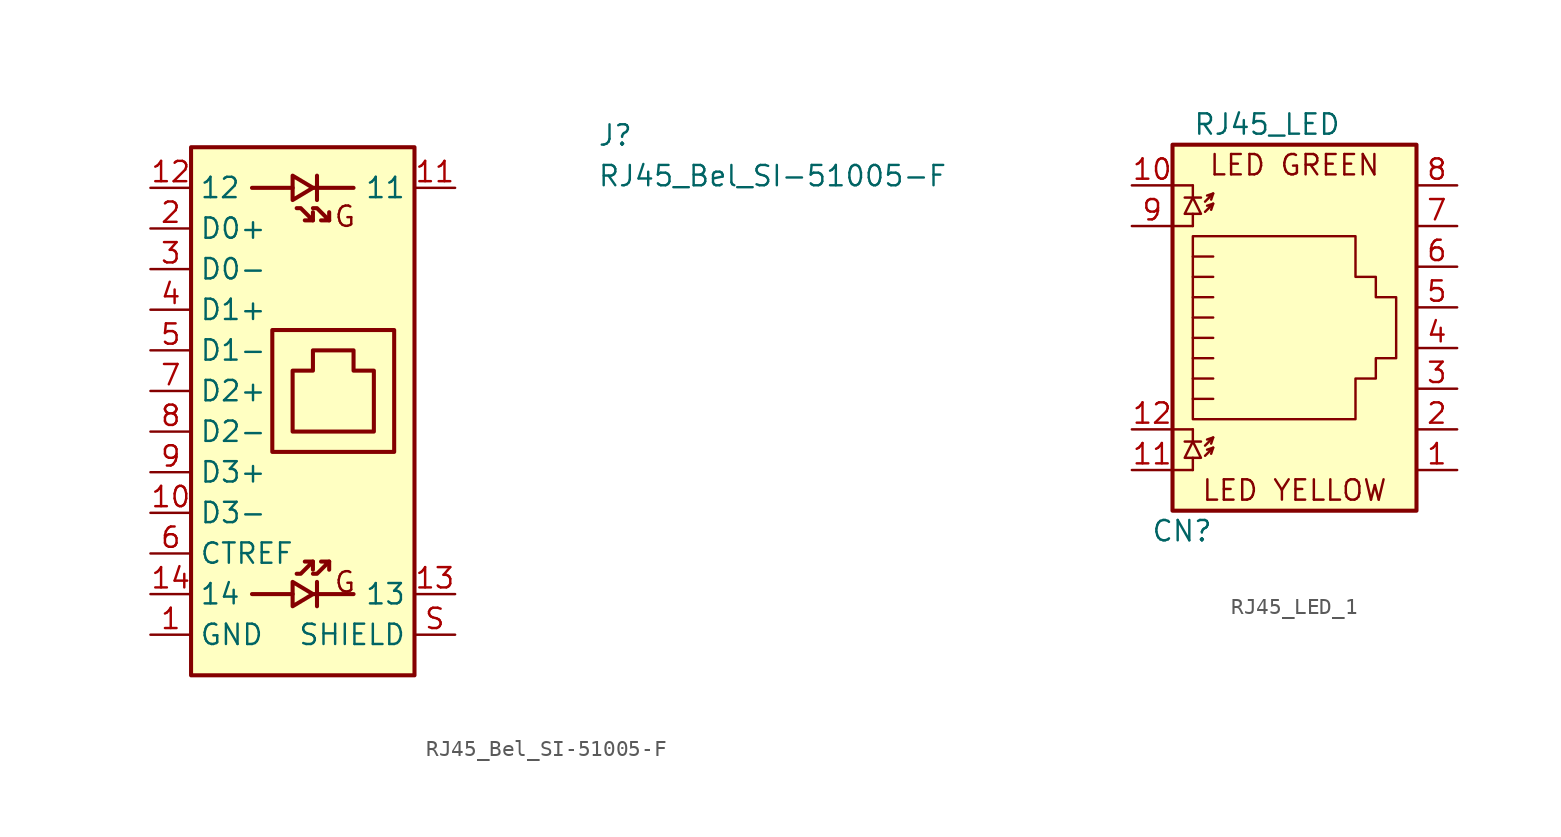
<source format=kicad_sym>
(kicad_symbol_lib
  (version 20231120)
  (generator "kicad_symbol_editor")
  (generator_version "8.0")
  (symbol "RJ45_Bel_SI-51005-F"
    (property "Reference" "J"
      (at 27.94 2.54 0)
      (effects (font (size 1.27 1.27) (thickness 0.15)) (justify left bottom)))
    (property "Value" "RJ45_Bel_SI-51005-F"
      (at 27.94 0 0)
      (effects (font (size 1.27 1.27) (thickness 0.15)) (justify left bottom)))
    (symbol "RJ45_Bel_SI-51005-F_0_1"
      (polyline (pts (xy 8.89 -25.4) (xy 6.35 -25.4)) (stroke (width 0.254) (type default)) (fill (type none)))
      (polyline (pts (xy 8.89 0) (xy 6.35 0)) (stroke (width 0.254) (type default)) (fill (type none)))
      (polyline (pts (xy 10.16 -25.4) (xy 12.7 -25.4)) (stroke (width 0.254) (type default)) (fill (type none)))
      (polyline (pts (xy 10.16 0) (xy 12.7 0)) (stroke (width 0.254) (type default)) (fill (type none))))
    (symbol "RJ45_Bel_SI-51005-F_1_1"
      (polyline (pts (xy 10.16 -23.368) (xy 10.16 -23.876)) (stroke (width 0.254) (type default)) (fill (type background)))
      (polyline (pts (xy 10.16 -2.032) (xy 10.16 -1.524)) (stroke (width 0.254) (type default)) (fill (type background)))
      (polyline (pts (xy 10.414 -24.638) (xy 10.414 -26.162)) (stroke (width 0.254) (type default)) (fill (type background)))
      (polyline (pts (xy 10.414 -0.762) (xy 10.414 0.762)) (stroke (width 0.254) (type default)) (fill (type background)))
      (polyline (pts (xy 11.176 -23.368) (xy 11.176 -23.876)) (stroke (width 0.254) (type default)) (fill (type background)))
      (polyline (pts (xy 11.176 -2.032) (xy 11.176 -1.524)) (stroke (width 0.254) (type default)) (fill (type background)))
      (polyline (pts (xy 9.144 -24.13) (xy 9.398 -24.13) (xy 10.16 -23.368) (xy 9.652 -23.368)) (stroke (width 0.254) (type default)) (fill (type background)))
      (polyline (pts (xy 9.144 -1.27) (xy 9.398 -1.27) (xy 10.16 -2.032) (xy 9.652 -2.032)) (stroke (width 0.254) (type default)) (fill (type background)))
      (polyline (pts (xy 10.16 -25.4) (xy 8.89 -24.638) (xy 8.89 -26.162) (xy 10.16 -25.4)) (stroke (width 0.254) (type default)) (fill (type background)))
      (polyline (pts (xy 10.16 -24.13) (xy 10.414 -24.13) (xy 11.176 -23.368) (xy 10.668 -23.368)) (stroke (width 0.254) (type default)) (fill (type background)))
      (polyline (pts (xy 10.16 -1.27) (xy 10.414 -1.27) (xy 11.176 -2.032) (xy 10.668 -2.032)) (stroke (width 0.254) (type default)) (fill (type background)))
      (polyline (pts (xy 10.16 0) (xy 8.89 -0.762) (xy 8.89 0.762) (xy 10.16 0)) (stroke (width 0.254) (type default)) (fill (type background)))
      (polyline (pts (xy 7.62 -8.89) (xy 7.62 -16.51) (xy 15.24 -16.51) (xy 15.24 -8.89) (xy 7.62 -8.89)) (stroke (width 0.254) (type default)) (fill (type background)))
      (polyline (pts (xy 8.89 -11.43) (xy 8.89 -15.24) (xy 13.97 -15.24) (xy 13.97 -11.43) (xy 12.7 -11.43) (xy 12.7 -10.16) (xy 10.16 -10.16) (xy 10.16 -11.43) (xy 8.89 -11.43)) (stroke (width 0.254) (type default)) (fill (type background)))
      (rectangle (start 2.54 2.54) (end 16.51 -30.48) (stroke (width 0.254) (type default)) (fill (type background)))
      (text "G" (at 11.43 -25.4 0) (effects (font (size 1.27 1.27) (thickness 0.15)) (justify left bottom)))
      (text "G" (at 11.43 -2.54 0) (effects (font (size 1.27 1.27) (thickness 0.15)) (justify left bottom)))
      (pin passive line (at 0 -27.94 0) (length 2.54) (name "GND" (effects (font (size 1.27 1.27)))) (number "1" (effects (font (size 1.27 1.27)))))
      (pin passive line (at 0 -20.32 0) (length 2.54) (name "D3-" (effects (font (size 1.27 1.27)))) (number "10" (effects (font (size 1.27 1.27)))))
      (pin passive line (at 19.05 0 180) (length 2.54) (name "11" (effects (font (size 1.27 1.27)))) (number "11" (effects (font (size 1.27 1.27)))))
      (pin passive line (at 0 0 0) (length 2.54) (name "12" (effects (font (size 1.27 1.27)))) (number "12" (effects (font (size 1.27 1.27)))))
      (pin passive line (at 19.05 -25.4 180) (length 2.54) (name "13" (effects (font (size 1.27 1.27)))) (number "13" (effects (font (size 1.27 1.27)))))
      (pin passive line (at 0 -25.4 0) (length 2.54) (name "14" (effects (font (size 1.27 1.27)))) (number "14" (effects (font (size 1.27 1.27)))))
      (pin passive line (at 0 -2.54 0) (length 2.54) (name "D0+" (effects (font (size 1.27 1.27)))) (number "2" (effects (font (size 1.27 1.27)))))
      (pin passive line (at 0 -5.08 0) (length 2.54) (name "D0-" (effects (font (size 1.27 1.27)))) (number "3" (effects (font (size 1.27 1.27)))))
      (pin passive line (at 0 -7.62 0) (length 2.54) (name "D1+" (effects (font (size 1.27 1.27)))) (number "4" (effects (font (size 1.27 1.27)))))
      (pin passive line (at 0 -10.16 0) (length 2.54) (name "D1-" (effects (font (size 1.27 1.27)))) (number "5" (effects (font (size 1.27 1.27)))))
      (pin passive line (at 0 -22.86 0) (length 2.54) (name "CTREF" (effects (font (size 1.27 1.27)))) (number "6" (effects (font (size 1.27 1.27)))))
      (pin passive line (at 0 -12.7 0) (length 2.54) (name "D2+" (effects (font (size 1.27 1.27)))) (number "7" (effects (font (size 1.27 1.27)))))
      (pin passive line (at 0 -15.24 0) (length 2.54) (name "D2-" (effects (font (size 1.27 1.27)))) (number "8" (effects (font (size 1.27 1.27)))))
      (pin passive line (at 0 -17.78 0) (length 2.54) (name "D3+" (effects (font (size 1.27 1.27)))) (number "9" (effects (font (size 1.27 1.27)))))
      (pin passive line (at 19.05 -27.94 180) (length 2.54) (name "SHIELD" (effects (font (size 1.27 1.27)))) (number "S" (effects (font (size 1.27 1.27)))))))
  (symbol "RJ45_LED_1"
    (property "Reference" "CN"
      (at -5.08 -11.43 0)
      (effects (font (size 1.27 1.27)) (justify right)))
    (property "Value" "RJ45_LED"
      (at -6.35 13.97 0)
      (effects (font (size 1.27 1.27)) (justify left)))
    (symbol "RJ45_LED_1_0_0"
      (text "LED GREEN" (at 0 11.43 0) (effects (font (size 1.27 1.27))))
      (text "LED YELLOW" (at 0 -8.89 0) (effects (font (size 1.27 1.27)))))
    (symbol "RJ45_LED_1_0_1"
      (polyline (pts (xy -7.62 -7.62) (xy -6.35 -7.62)) (stroke (width 0) (type default)) (fill (type none)))
      (polyline (pts (xy -7.62 -5.08) (xy -6.35 -5.08)) (stroke (width 0) (type default)) (fill (type none)))
      (polyline (pts (xy -7.62 7.62) (xy -6.35 7.62)) (stroke (width 0) (type default)) (fill (type none)))
      (polyline (pts (xy -7.62 10.16) (xy -6.35 10.16)) (stroke (width 0) (type default)) (fill (type none)))
      (polyline (pts (xy -6.858 -5.842) (xy -5.842 -5.842)) (stroke (width 0) (type default)) (fill (type none)))
      (polyline (pts (xy -6.858 9.398) (xy -5.842 9.398)) (stroke (width 0) (type default)) (fill (type none)))
      (polyline (pts (xy -6.35 -7.62) (xy -6.35 -6.858)) (stroke (width 0) (type default)) (fill (type none)))
      (polyline (pts (xy -6.35 -5.08) (xy -6.35 -5.842)) (stroke (width 0) (type default)) (fill (type none)))
      (polyline (pts (xy -6.35 7.62) (xy -6.35 8.382)) (stroke (width 0) (type default)) (fill (type none)))
      (polyline (pts (xy -6.35 10.16) (xy -6.35 9.398)) (stroke (width 0) (type default)) (fill (type none)))
      (polyline (pts (xy -5.08 -6.223) (xy -5.207 -6.604)) (stroke (width 0) (type default)) (fill (type none)))
      (polyline (pts (xy -5.08 -5.588) (xy -5.207 -5.969)) (stroke (width 0) (type default)) (fill (type none)))
      (polyline (pts (xy -5.08 4.445) (xy -6.35 4.445)) (stroke (width 0) (type default)) (fill (type none)))
      (polyline (pts (xy -5.08 5.715) (xy -6.35 5.715)) (stroke (width 0) (type default)) (fill (type none)))
      (polyline (pts (xy -5.08 9.017) (xy -5.207 8.636)) (stroke (width 0) (type default)) (fill (type none)))
      (polyline (pts (xy -5.08 9.652) (xy -5.207 9.271)) (stroke (width 0) (type default)) (fill (type none)))
      (polyline (pts (xy -6.35 -3.175) (xy -5.08 -3.175) (xy -5.08 -3.175)) (stroke (width 0) (type default)) (fill (type none)))
      (polyline (pts (xy -6.35 -1.905) (xy -5.08 -1.905) (xy -5.08 -1.905)) (stroke (width 0) (type default)) (fill (type none)))
      (polyline (pts (xy -6.35 -0.635) (xy -5.08 -0.635) (xy -5.08 -0.635)) (stroke (width 0) (type default)) (fill (type none)))
      (polyline (pts (xy -6.35 0.635) (xy -5.08 0.635) (xy -5.08 0.635)) (stroke (width 0) (type default)) (fill (type none)))
      (polyline (pts (xy -6.35 1.905) (xy -5.08 1.905) (xy -5.08 1.905)) (stroke (width 0) (type default)) (fill (type none)))
      (polyline (pts (xy -5.588 -6.731) (xy -5.08 -6.223) (xy -5.461 -6.35)) (stroke (width 0) (type default)) (fill (type none)))
      (polyline (pts (xy -5.588 -6.096) (xy -5.08 -5.588) (xy -5.461 -5.715)) (stroke (width 0) (type default)) (fill (type none)))
      (polyline (pts (xy -5.588 8.509) (xy -5.08 9.017) (xy -5.461 8.89)) (stroke (width 0) (type default)) (fill (type none)))
      (polyline (pts (xy -5.588 9.144) (xy -5.08 9.652) (xy -5.461 9.525)) (stroke (width 0) (type default)) (fill (type none)))
      (polyline (pts (xy -5.08 3.175) (xy -6.35 3.175) (xy -6.35 3.175)) (stroke (width 0) (type default)) (fill (type none)))
      (polyline (pts (xy -6.35 -5.842) (xy -6.858 -6.858) (xy -5.842 -6.858) (xy -6.35 -5.842)) (stroke (width 0) (type default)) (fill (type none)))
      (polyline (pts (xy -6.35 9.398) (xy -6.858 8.382) (xy -5.842 8.382) (xy -6.35 9.398)) (stroke (width 0) (type default)) (fill (type none)))
      (polyline (pts (xy -6.35 -4.445) (xy -6.35 6.985) (xy 3.81 6.985) (xy 3.81 4.445) (xy 5.08 4.445) (xy 5.08 3.175) (xy 6.35 3.175) (xy 6.35 -0.635) (xy 5.08 -0.635) (xy 5.08 -1.905) (xy 3.81 -1.905) (xy 3.81 -4.445) (xy -6.35 -4.445) (xy -6.35 -4.445)) (stroke (width 0) (type default)) (fill (type none)))
      (rectangle (start 7.62 12.7) (end -7.62 -10.16) (stroke (width 0.254) (type default)) (fill (type background))))
    (symbol "RJ45_LED_1_1_1"
      (pin passive line (at 10.16 -7.62 180) (length 2.54) (name "~" (effects (font (size 1.27 1.27)))) (number "1" (effects (font (size 1.27 1.27)))))
      (pin passive line (at -10.16 10.16 0) (length 2.54) (name "~" (effects (font (size 1.27 1.27)))) (number "10" (effects (font (size 1.27 1.27)))))
      (pin passive line (at -10.16 -7.62 0) (length 2.54) (name "~" (effects (font (size 1.27 1.27)))) (number "11" (effects (font (size 1.27 1.27)))))
      (pin passive line (at -10.16 -5.08 0) (length 2.54) (name "~" (effects (font (size 1.27 1.27)))) (number "12" (effects (font (size 1.27 1.27)))))
      (pin passive line (at 10.16 -5.08 180) (length 2.54) (name "~" (effects (font (size 1.27 1.27)))) (number "2" (effects (font (size 1.27 1.27)))))
      (pin passive line (at 10.16 -2.54 180) (length 2.54) (name "~" (effects (font (size 1.27 1.27)))) (number "3" (effects (font (size 1.27 1.27)))))
      (pin passive line (at 10.16 0 180) (length 2.54) (name "~" (effects (font (size 1.27 1.27)))) (number "4" (effects (font (size 1.27 1.27)))))
      (pin passive line (at 10.16 2.54 180) (length 2.54) (name "~" (effects (font (size 1.27 1.27)))) (number "5" (effects (font (size 1.27 1.27)))))
      (pin passive line (at 10.16 5.08 180) (length 2.54) (name "~" (effects (font (size 1.27 1.27)))) (number "6" (effects (font (size 1.27 1.27)))))
      (pin passive line (at 10.16 7.62 180) (length 2.54) (name "~" (effects (font (size 1.27 1.27)))) (number "7" (effects (font (size 1.27 1.27)))))
      (pin passive line (at 10.16 10.16 180) (length 2.54) (name "~" (effects (font (size 1.27 1.27)))) (number "8" (effects (font (size 1.27 1.27)))))
      (pin passive line (at -10.16 7.62 0) (length 2.54) (name "~" (effects (font (size 1.27 1.27)))) (number "9" (effects (font (size 1.27 1.27))))))))
</source>
